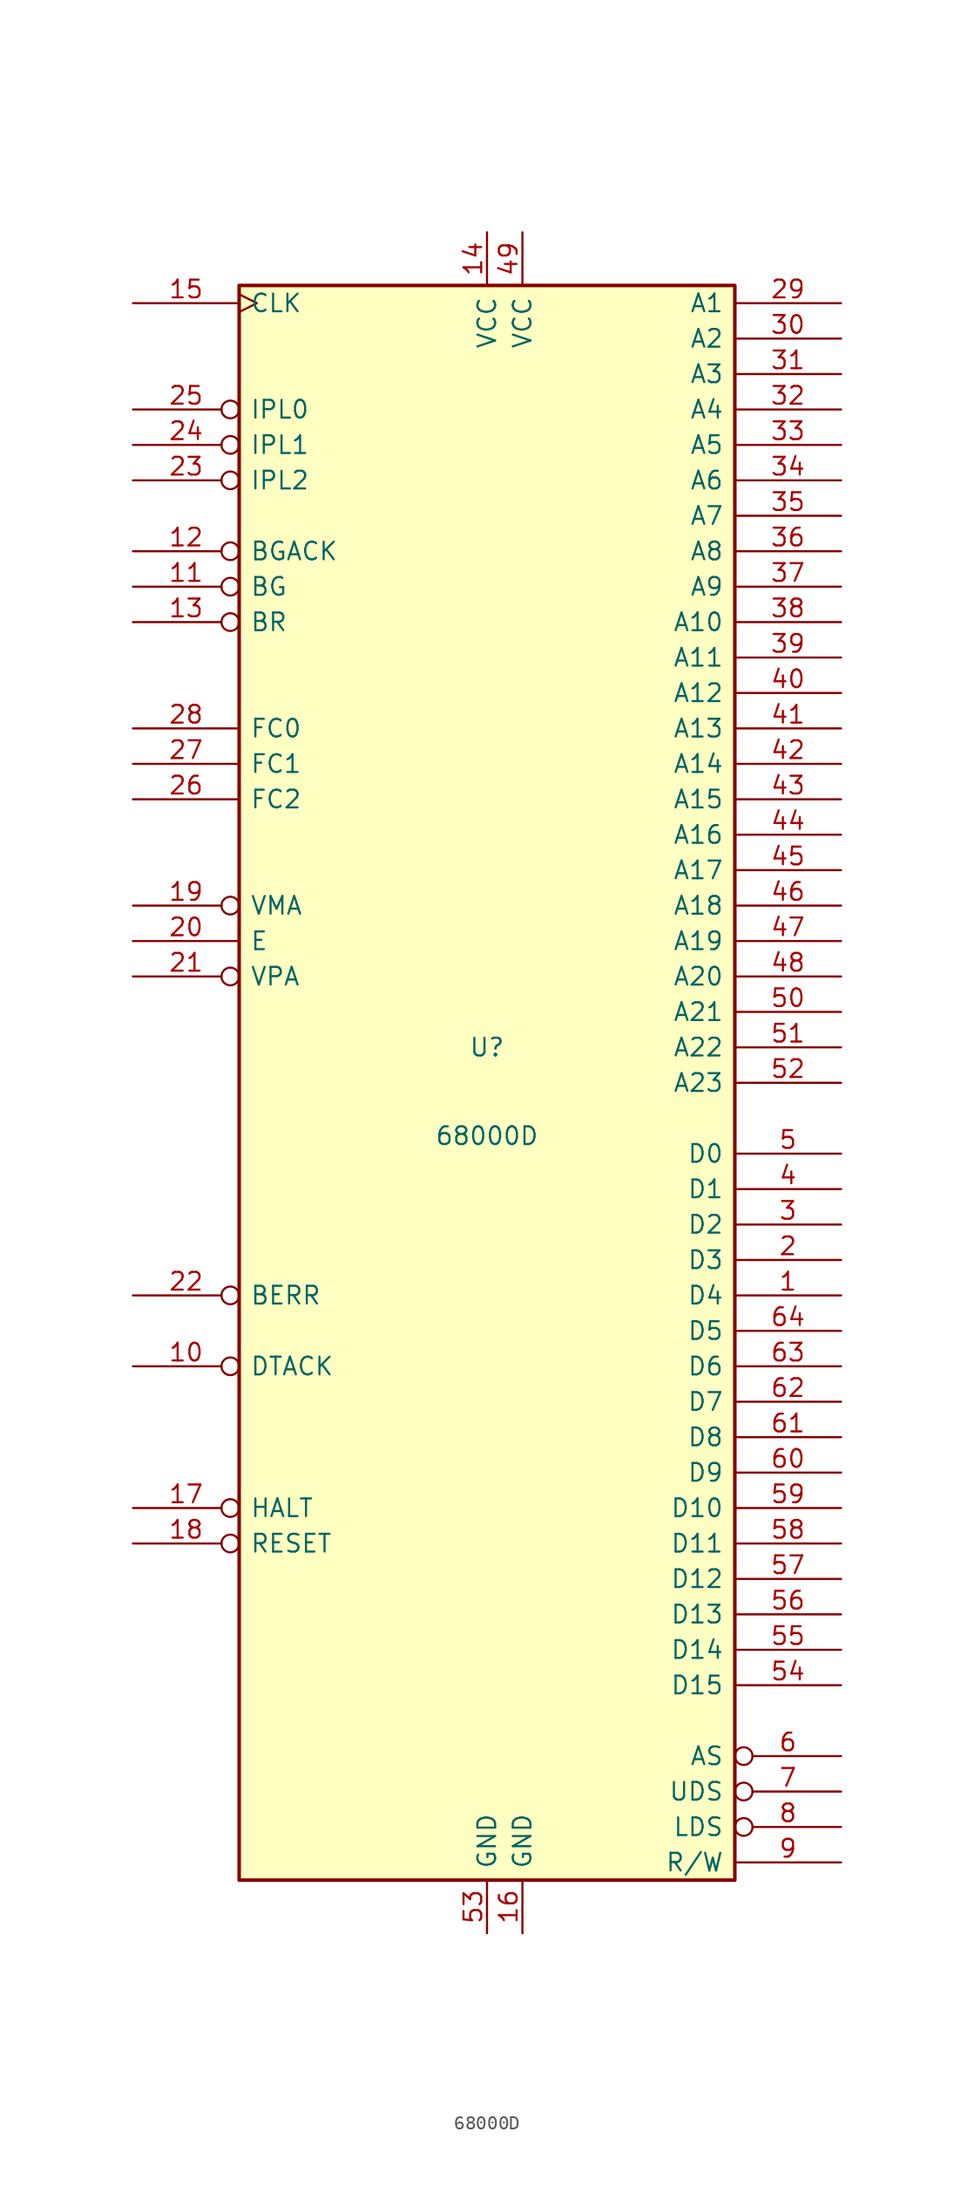
<source format=kicad_sym>
(kicad_symbol_lib
  (version 20220914)
  (generator kicad_symbol_editor)
  (symbol "68000D"
    (pin_names
      (offset 0.762))
    (property "Reference" "U"
      (at 0 2.54 0)
      (effects (font (size 1.27 1.27))))
    (property "Value" "68000D"
      (at 0 -3.81 0)
      (effects (font (size 1.27 1.27))))
    (symbol "68000D_0_1"
      (rectangle (start -17.78 57.15) (end 17.78 -57.15) (stroke (width 0.254) (type default)) (fill (type background))))
    (symbol "68000D_1_1"
      (pin bidirectional line (at 25.4 -15.24 180) (length 7.62) (name "D4" (effects (font (size 1.27 1.27)))) (number "1" (effects (font (size 1.27 1.27)))))
      (pin input inverted (at -25.4 -20.32 0) (length 7.62) (name "DTACK" (effects (font (size 1.27 1.27)))) (number "10" (effects (font (size 1.27 1.27)))))
      (pin output inverted (at -25.4 35.56 0) (length 7.62) (name "BG" (effects (font (size 1.27 1.27)))) (number "11" (effects (font (size 1.27 1.27)))))
      (pin input inverted (at -25.4 38.1 0) (length 7.62) (name "BGACK" (effects (font (size 1.27 1.27)))) (number "12" (effects (font (size 1.27 1.27)))))
      (pin input inverted (at -25.4 33.02 0) (length 7.62) (name "BR" (effects (font (size 1.27 1.27)))) (number "13" (effects (font (size 1.27 1.27)))))
      (pin power_in line (at 0 60.96 270) (length 3.81) (name "VCC" (effects (font (size 1.27 1.27)))) (number "14" (effects (font (size 1.27 1.27)))))
      (pin input clock (at -25.4 55.88 0) (length 7.62) (name "CLK" (effects (font (size 1.27 1.27)))) (number "15" (effects (font (size 1.27 1.27)))))
      (pin power_in line (at 2.54 -60.96 90) (length 3.81) (name "GND" (effects (font (size 1.27 1.27)))) (number "16" (effects (font (size 1.27 1.27)))))
      (pin bidirectional inverted (at -25.4 -30.48 0) (length 7.62) (name "HALT" (effects (font (size 1.27 1.27)))) (number "17" (effects (font (size 1.27 1.27)))))
      (pin bidirectional inverted (at -25.4 -33.02 0) (length 7.62) (name "RESET" (effects (font (size 1.27 1.27)))) (number "18" (effects (font (size 1.27 1.27)))))
      (pin output inverted (at -25.4 12.7 0) (length 7.62) (name "VMA" (effects (font (size 1.27 1.27)))) (number "19" (effects (font (size 1.27 1.27)))))
      (pin bidirectional line (at 25.4 -12.7 180) (length 7.62) (name "D3" (effects (font (size 1.27 1.27)))) (number "2" (effects (font (size 1.27 1.27)))))
      (pin output line (at -25.4 10.16 0) (length 7.62) (name "E" (effects (font (size 1.27 1.27)))) (number "20" (effects (font (size 1.27 1.27)))))
      (pin input inverted (at -25.4 7.62 0) (length 7.62) (name "VPA" (effects (font (size 1.27 1.27)))) (number "21" (effects (font (size 1.27 1.27)))))
      (pin input inverted (at -25.4 -15.24 0) (length 7.62) (name "BERR" (effects (font (size 1.27 1.27)))) (number "22" (effects (font (size 1.27 1.27)))))
      (pin input inverted (at -25.4 43.18 0) (length 7.62) (name "IPL2" (effects (font (size 1.27 1.27)))) (number "23" (effects (font (size 1.27 1.27)))))
      (pin input inverted (at -25.4 45.72 0) (length 7.62) (name "IPL1" (effects (font (size 1.27 1.27)))) (number "24" (effects (font (size 1.27 1.27)))))
      (pin input inverted (at -25.4 48.26 0) (length 7.62) (name "IPL0" (effects (font (size 1.27 1.27)))) (number "25" (effects (font (size 1.27 1.27)))))
      (pin output line (at -25.4 20.32 0) (length 7.62) (name "FC2" (effects (font (size 1.27 1.27)))) (number "26" (effects (font (size 1.27 1.27)))))
      (pin output line (at -25.4 22.86 0) (length 7.62) (name "FC1" (effects (font (size 1.27 1.27)))) (number "27" (effects (font (size 1.27 1.27)))))
      (pin output line (at -25.4 25.4 0) (length 7.62) (name "FC0" (effects (font (size 1.27 1.27)))) (number "28" (effects (font (size 1.27 1.27)))))
      (pin output line (at 25.4 55.88 180) (length 7.62) (name "A1" (effects (font (size 1.27 1.27)))) (number "29" (effects (font (size 1.27 1.27)))))
      (pin bidirectional line (at 25.4 -10.16 180) (length 7.62) (name "D2" (effects (font (size 1.27 1.27)))) (number "3" (effects (font (size 1.27 1.27)))))
      (pin output line (at 25.4 53.34 180) (length 7.62) (name "A2" (effects (font (size 1.27 1.27)))) (number "30" (effects (font (size 1.27 1.27)))))
      (pin output line (at 25.4 50.8 180) (length 7.62) (name "A3" (effects (font (size 1.27 1.27)))) (number "31" (effects (font (size 1.27 1.27)))))
      (pin output line (at 25.4 48.26 180) (length 7.62) (name "A4" (effects (font (size 1.27 1.27)))) (number "32" (effects (font (size 1.27 1.27)))))
      (pin output line (at 25.4 45.72 180) (length 7.62) (name "A5" (effects (font (size 1.27 1.27)))) (number "33" (effects (font (size 1.27 1.27)))))
      (pin output line (at 25.4 43.18 180) (length 7.62) (name "A6" (effects (font (size 1.27 1.27)))) (number "34" (effects (font (size 1.27 1.27)))))
      (pin output line (at 25.4 40.64 180) (length 7.62) (name "A7" (effects (font (size 1.27 1.27)))) (number "35" (effects (font (size 1.27 1.27)))))
      (pin output line (at 25.4 38.1 180) (length 7.62) (name "A8" (effects (font (size 1.27 1.27)))) (number "36" (effects (font (size 1.27 1.27)))))
      (pin output line (at 25.4 35.56 180) (length 7.62) (name "A9" (effects (font (size 1.27 1.27)))) (number "37" (effects (font (size 1.27 1.27)))))
      (pin output line (at 25.4 33.02 180) (length 7.62) (name "A10" (effects (font (size 1.27 1.27)))) (number "38" (effects (font (size 1.27 1.27)))))
      (pin output line (at 25.4 30.48 180) (length 7.62) (name "A11" (effects (font (size 1.27 1.27)))) (number "39" (effects (font (size 1.27 1.27)))))
      (pin bidirectional line (at 25.4 -7.62 180) (length 7.62) (name "D1" (effects (font (size 1.27 1.27)))) (number "4" (effects (font (size 1.27 1.27)))))
      (pin output line (at 25.4 27.94 180) (length 7.62) (name "A12" (effects (font (size 1.27 1.27)))) (number "40" (effects (font (size 1.27 1.27)))))
      (pin output line (at 25.4 25.4 180) (length 7.62) (name "A13" (effects (font (size 1.27 1.27)))) (number "41" (effects (font (size 1.27 1.27)))))
      (pin output line (at 25.4 22.86 180) (length 7.62) (name "A14" (effects (font (size 1.27 1.27)))) (number "42" (effects (font (size 1.27 1.27)))))
      (pin output line (at 25.4 20.32 180) (length 7.62) (name "A15" (effects (font (size 1.27 1.27)))) (number "43" (effects (font (size 1.27 1.27)))))
      (pin output line (at 25.4 17.78 180) (length 7.62) (name "A16" (effects (font (size 1.27 1.27)))) (number "44" (effects (font (size 1.27 1.27)))))
      (pin output line (at 25.4 15.24 180) (length 7.62) (name "A17" (effects (font (size 1.27 1.27)))) (number "45" (effects (font (size 1.27 1.27)))))
      (pin output line (at 25.4 12.7 180) (length 7.62) (name "A18" (effects (font (size 1.27 1.27)))) (number "46" (effects (font (size 1.27 1.27)))))
      (pin output line (at 25.4 10.16 180) (length 7.62) (name "A19" (effects (font (size 1.27 1.27)))) (number "47" (effects (font (size 1.27 1.27)))))
      (pin output line (at 25.4 7.62 180) (length 7.62) (name "A20" (effects (font (size 1.27 1.27)))) (number "48" (effects (font (size 1.27 1.27)))))
      (pin power_in line (at 2.54 60.96 270) (length 3.81) (name "VCC" (effects (font (size 1.27 1.27)))) (number "49" (effects (font (size 1.27 1.27)))))
      (pin bidirectional line (at 25.4 -5.08 180) (length 7.62) (name "D0" (effects (font (size 1.27 1.27)))) (number "5" (effects (font (size 1.27 1.27)))))
      (pin output line (at 25.4 5.08 180) (length 7.62) (name "A21" (effects (font (size 1.27 1.27)))) (number "50" (effects (font (size 1.27 1.27)))))
      (pin output line (at 25.4 2.54 180) (length 7.62) (name "A22" (effects (font (size 1.27 1.27)))) (number "51" (effects (font (size 1.27 1.27)))))
      (pin output line (at 25.4 0 180) (length 7.62) (name "A23" (effects (font (size 1.27 1.27)))) (number "52" (effects (font (size 1.27 1.27)))))
      (pin power_in line (at 0 -60.96 90) (length 3.81) (name "GND" (effects (font (size 1.27 1.27)))) (number "53" (effects (font (size 1.27 1.27)))))
      (pin bidirectional line (at 25.4 -43.18 180) (length 7.62) (name "D15" (effects (font (size 1.27 1.27)))) (number "54" (effects (font (size 1.27 1.27)))))
      (pin bidirectional line (at 25.4 -40.64 180) (length 7.62) (name "D14" (effects (font (size 1.27 1.27)))) (number "55" (effects (font (size 1.27 1.27)))))
      (pin bidirectional line (at 25.4 -38.1 180) (length 7.62) (name "D13" (effects (font (size 1.27 1.27)))) (number "56" (effects (font (size 1.27 1.27)))))
      (pin bidirectional line (at 25.4 -35.56 180) (length 7.62) (name "D12" (effects (font (size 1.27 1.27)))) (number "57" (effects (font (size 1.27 1.27)))))
      (pin bidirectional line (at 25.4 -33.02 180) (length 7.62) (name "D11" (effects (font (size 1.27 1.27)))) (number "58" (effects (font (size 1.27 1.27)))))
      (pin bidirectional line (at 25.4 -30.48 180) (length 7.62) (name "D10" (effects (font (size 1.27 1.27)))) (number "59" (effects (font (size 1.27 1.27)))))
      (pin output inverted (at 25.4 -48.26 180) (length 7.62) (name "AS" (effects (font (size 1.27 1.27)))) (number "6" (effects (font (size 1.27 1.27)))))
      (pin bidirectional line (at 25.4 -27.94 180) (length 7.62) (name "D9" (effects (font (size 1.27 1.27)))) (number "60" (effects (font (size 1.27 1.27)))))
      (pin bidirectional line (at 25.4 -25.4 180) (length 7.62) (name "D8" (effects (font (size 1.27 1.27)))) (number "61" (effects (font (size 1.27 1.27)))))
      (pin bidirectional line (at 25.4 -22.86 180) (length 7.62) (name "D7" (effects (font (size 1.27 1.27)))) (number "62" (effects (font (size 1.27 1.27)))))
      (pin bidirectional line (at 25.4 -20.32 180) (length 7.62) (name "D6" (effects (font (size 1.27 1.27)))) (number "63" (effects (font (size 1.27 1.27)))))
      (pin bidirectional line (at 25.4 -17.78 180) (length 7.62) (name "D5" (effects (font (size 1.27 1.27)))) (number "64" (effects (font (size 1.27 1.27)))))
      (pin output inverted (at 25.4 -50.8 180) (length 7.62) (name "UDS" (effects (font (size 1.27 1.27)))) (number "7" (effects (font (size 1.27 1.27)))))
      (pin output inverted (at 25.4 -53.34 180) (length 7.62) (name "LDS" (effects (font (size 1.27 1.27)))) (number "8" (effects (font (size 1.27 1.27)))))
      (pin output line (at 25.4 -55.88 180) (length 7.62) (name "R/W" (effects (font (size 1.27 1.27)))) (number "9" (effects (font (size 1.27 1.27))))))))
</source>
